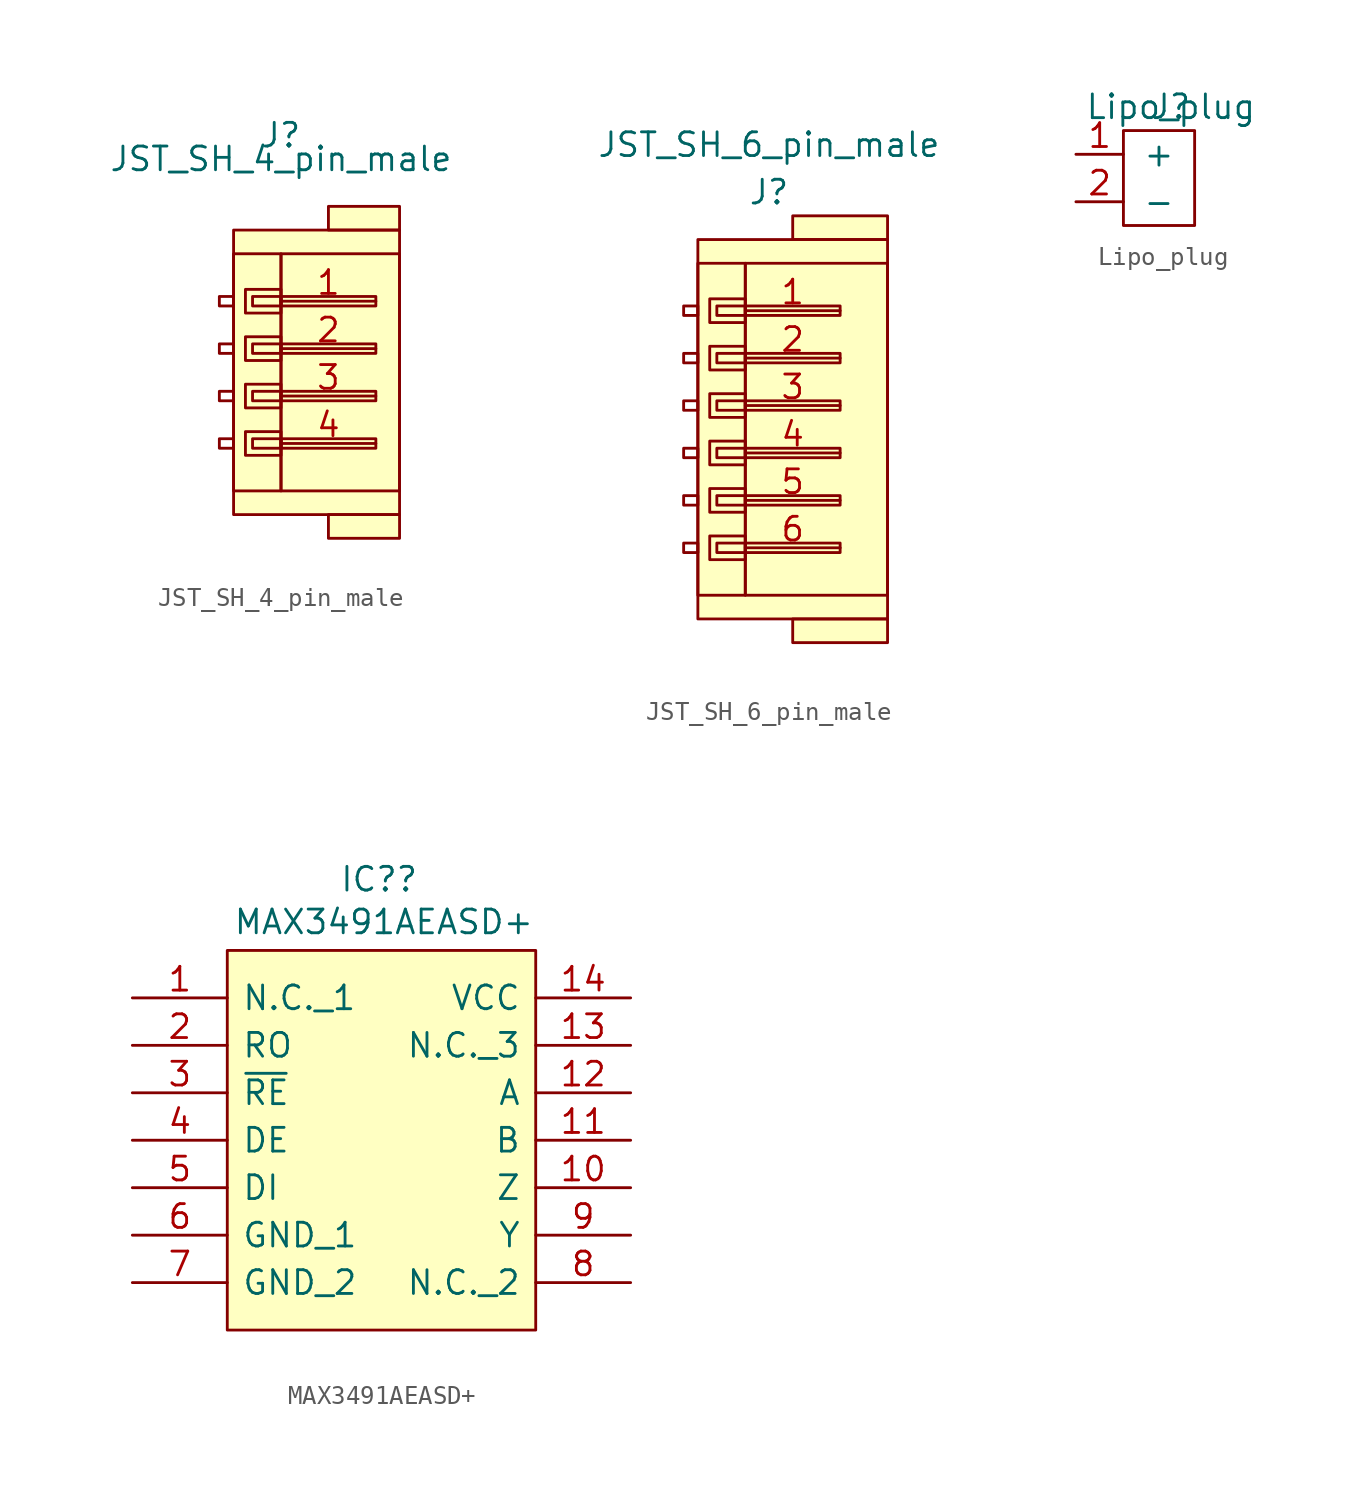
<source format=kicad_sym>
(kicad_symbol_lib
  (version 20211014)
  (generator kicad_symbol_editor)
  (symbol "JST_SH_4_pin_male"
    (pin_names
      (offset 1.016))
    (property "Reference" "J"
      (at 0 2.54 0)
      (effects (font (size 1.27 1.27))))
    (property "Value" "JST_SH_4_pin_male"
      (at 0 1.27 0)
      (effects (font (size 1.27 1.27))))
    (symbol "JST_SH_4_pin_male_0_1"
      (rectangle (start -2.54 -13.716) (end -3.302 -14.224) (stroke (width 0) (type default) (color 0 0 0 0)) (fill (type none)))
      (rectangle (start -2.54 -11.176) (end -3.302 -11.684) (stroke (width 0) (type default) (color 0 0 0 0)) (fill (type none)))
      (rectangle (start -2.54 -8.636) (end -3.302 -9.144) (stroke (width 0) (type default) (color 0 0 0 0)) (fill (type none)))
      (rectangle (start -2.54 -6.096) (end -3.302 -6.604) (stroke (width 0) (type default) (color 0 0 0 0)) (fill (type none)))
      (rectangle (start 0 -13.716) (end -1.524 -14.224) (stroke (width 0) (type default) (color 0 0 0 0)) (fill (type none)))
      (rectangle (start 0 -13.716) (end 5.08 -14.224) (stroke (width 0) (type default) (color 0 0 0 0)) (fill (type none)))
      (rectangle (start 0 -13.335) (end -1.905 -14.605) (stroke (width 0) (type default) (color 0 0 0 0)) (fill (type none)))
      (rectangle (start 0 -11.176) (end -1.524 -11.684) (stroke (width 0) (type default) (color 0 0 0 0)) (fill (type none)))
      (rectangle (start 0 -11.176) (end 5.08 -11.684) (stroke (width 0) (type default) (color 0 0 0 0)) (fill (type none)))
      (rectangle (start 0 -10.795) (end -1.905 -12.065) (stroke (width 0) (type default) (color 0 0 0 0)) (fill (type none)))
      (rectangle (start 0 -8.636) (end -1.524 -9.144) (stroke (width 0) (type default) (color 0 0 0 0)) (fill (type none)))
      (rectangle (start 0 -8.636) (end 5.08 -9.144) (stroke (width 0) (type default) (color 0 0 0 0)) (fill (type none)))
      (rectangle (start 0 -8.255) (end -1.905 -9.525) (stroke (width 0) (type default) (color 0 0 0 0)) (fill (type none)))
      (rectangle (start 0 -6.096) (end -1.524 -6.604) (stroke (width 0) (type default) (color 0 0 0 0)) (fill (type none)))
      (rectangle (start 0 -6.096) (end 5.08 -6.604) (stroke (width 0) (type default) (color 0 0 0 0)) (fill (type none)))
      (rectangle (start 0 -5.715) (end -1.905 -6.985) (stroke (width 0) (type default) (color 0 0 0 0)) (fill (type none)))
      (rectangle (start 0 -3.81) (end -2.54 -16.51) (stroke (width 0) (type default) (color 0 0 0 0)) (fill (type none)))
      (rectangle (start 6.35 -17.78) (end 2.54 -19.05) (stroke (width 0) (type default) (color 0 0 0 0)) (fill (type background)))
      (rectangle (start 6.35 -3.81) (end 0 -16.51) (stroke (width 0) (type default) (color 0 0 0 0)) (fill (type none)))
      (rectangle (start 6.35 -2.54) (end -2.54 -17.78) (stroke (width 0) (type default) (color 0 0 0 0)) (fill (type background)))
      (rectangle (start 6.35 -2.54) (end 2.54 -1.27) (stroke (width 0) (type default) (color 0 0 0 0)) (fill (type background))))
    (symbol "JST_SH_4_pin_male_1_1"
      (pin input line (at 5.08 -6.35 180) (length 5.08) (name "~" (effects (font (size 1.27 1.27)))) (number "1" (effects (font (size 1.27 1.27)))))
      (pin input line (at 5.08 -8.89 180) (length 5.08) (name "~" (effects (font (size 1.27 1.27)))) (number "2" (effects (font (size 1.27 1.27)))))
      (pin input line (at 5.08 -11.43 180) (length 5.08) (name "~" (effects (font (size 1.27 1.27)))) (number "3" (effects (font (size 1.27 1.27)))))
      (pin input line (at 5.08 -13.97 180) (length 5.08) (name "~" (effects (font (size 1.27 1.27)))) (number "4" (effects (font (size 1.27 1.27)))))))
  (symbol "JST_SH_6_pin_male"
    (pin_names
      (offset 1.016))
    (property "Reference" "J"
      (at 0 0 0)
      (effects (font (size 1.27 1.27))))
    (property "Value" "JST_SH_6_pin_male"
      (at 0 2.54 0)
      (effects (font (size 1.27 1.27))))
    (symbol "JST_SH_6_pin_male_0_1"
      (rectangle (start -3.81 -18.796) (end -4.572 -19.304) (stroke (width 0) (type default) (color 0 0 0 0)) (fill (type none)))
      (rectangle (start -3.81 -16.256) (end -4.572 -16.764) (stroke (width 0) (type default) (color 0 0 0 0)) (fill (type none)))
      (rectangle (start -3.81 -13.716) (end -4.572 -14.224) (stroke (width 0) (type default) (color 0 0 0 0)) (fill (type none)))
      (rectangle (start -3.81 -11.176) (end -4.572 -11.684) (stroke (width 0) (type default) (color 0 0 0 0)) (fill (type none)))
      (rectangle (start -3.81 -8.636) (end -4.572 -9.144) (stroke (width 0) (type default) (color 0 0 0 0)) (fill (type none)))
      (rectangle (start -3.81 -6.096) (end -4.572 -6.604) (stroke (width 0) (type default) (color 0 0 0 0)) (fill (type none)))
      (rectangle (start -3.81 -2.54) (end 6.35 -22.86) (stroke (width 0) (type default) (color 0 0 0 0)) (fill (type background)))
      (rectangle (start -1.27 -18.796) (end -2.794 -19.304) (stroke (width 0) (type default) (color 0 0 0 0)) (fill (type none)))
      (rectangle (start -1.27 -18.796) (end 3.81 -19.304) (stroke (width 0) (type default) (color 0 0 0 0)) (fill (type none)))
      (rectangle (start -1.27 -18.415) (end -3.175 -19.685) (stroke (width 0) (type default) (color 0 0 0 0)) (fill (type none)))
      (rectangle (start -1.27 -16.256) (end -2.794 -16.764) (stroke (width 0) (type default) (color 0 0 0 0)) (fill (type none)))
      (rectangle (start -1.27 -16.256) (end 3.81 -16.764) (stroke (width 0) (type default) (color 0 0 0 0)) (fill (type none)))
      (rectangle (start -1.27 -15.875) (end -3.175 -17.145) (stroke (width 0) (type default) (color 0 0 0 0)) (fill (type none)))
      (rectangle (start -1.27 -13.716) (end -2.794 -14.224) (stroke (width 0) (type default) (color 0 0 0 0)) (fill (type none)))
      (rectangle (start -1.27 -13.716) (end 3.81 -14.224) (stroke (width 0) (type default) (color 0 0 0 0)) (fill (type none)))
      (rectangle (start -1.27 -13.335) (end -3.175 -14.605) (stroke (width 0) (type default) (color 0 0 0 0)) (fill (type none)))
      (rectangle (start -1.27 -11.176) (end -2.794 -11.684) (stroke (width 0) (type default) (color 0 0 0 0)) (fill (type none)))
      (rectangle (start -1.27 -11.176) (end 3.81 -11.684) (stroke (width 0) (type default) (color 0 0 0 0)) (fill (type none)))
      (rectangle (start -1.27 -10.795) (end -3.175 -12.065) (stroke (width 0) (type default) (color 0 0 0 0)) (fill (type none)))
      (rectangle (start -1.27 -8.636) (end -2.794 -9.144) (stroke (width 0) (type default) (color 0 0 0 0)) (fill (type none)))
      (rectangle (start -1.27 -8.636) (end 3.81 -9.144) (stroke (width 0) (type default) (color 0 0 0 0)) (fill (type none)))
      (rectangle (start -1.27 -8.255) (end -3.175 -9.525) (stroke (width 0) (type default) (color 0 0 0 0)) (fill (type none)))
      (rectangle (start -1.27 -6.096) (end -2.794 -6.604) (stroke (width 0) (type default) (color 0 0 0 0)) (fill (type none)))
      (rectangle (start -1.27 -6.096) (end 3.81 -6.604) (stroke (width 0) (type default) (color 0 0 0 0)) (fill (type none)))
      (rectangle (start -1.27 -5.715) (end -3.175 -6.985) (stroke (width 0) (type default) (color 0 0 0 0)) (fill (type none)))
      (rectangle (start -1.27 -3.81) (end -3.81 -21.59) (stroke (width 0) (type default) (color 0 0 0 0)) (fill (type none)))
      (rectangle (start 6.35 -22.86) (end 1.27 -24.13) (stroke (width 0) (type default) (color 0 0 0 0)) (fill (type background)))
      (rectangle (start 6.35 -3.81) (end -1.27 -21.59) (stroke (width 0) (type default) (color 0 0 0 0)) (fill (type none)))
      (rectangle (start 6.35 -2.54) (end 1.27 -1.27) (stroke (width 0) (type default) (color 0 0 0 0)) (fill (type background))))
    (symbol "JST_SH_6_pin_male_1_1"
      (pin input line (at 3.81 -6.35 180) (length 5.08) (name "~" (effects (font (size 1.27 1.27)))) (number "1" (effects (font (size 1.27 1.27)))))
      (pin input line (at 3.81 -8.89 180) (length 5.08) (name "~" (effects (font (size 1.27 1.27)))) (number "2" (effects (font (size 1.27 1.27)))))
      (pin input line (at 3.81 -11.43 180) (length 5.08) (name "~" (effects (font (size 1.27 1.27)))) (number "3" (effects (font (size 1.27 1.27)))))
      (pin input line (at 3.81 -13.97 180) (length 5.08) (name "~" (effects (font (size 1.27 1.27)))) (number "4" (effects (font (size 1.27 1.27)))))
      (pin input line (at 3.81 -16.51 180) (length 5.08) (name "~" (effects (font (size 1.27 1.27)))) (number "5" (effects (font (size 1.27 1.27)))))
      (pin input line (at 3.81 -19.05 180) (length 5.08) (name "~" (effects (font (size 1.27 1.27)))) (number "6" (effects (font (size 1.27 1.27)))))))
  (symbol "Lipo_plug"
    (pin_names
      (offset 1.016))
    (property "Reference" "J"
      (at 0 0 0)
      (effects (font (size 1.27 1.27))))
    (property "Value" "Lipo_plug"
      (at 0 0 0)
      (effects (font (size 1.27 1.27))))
    (symbol "Lipo_plug_0_1"
      (rectangle (start -2.54 -1.27) (end 1.27 -6.35) (stroke (width 0) (type default) (color 0 0 0 0)) (fill (type none))))
    (symbol "Lipo_plug_1_1"
      (pin output line (at -5.08 -2.54 0) (length 2.54) (name "+" (effects (font (size 1.27 1.27)))) (number "1" (effects (font (size 1.27 1.27)))))
      (pin output line (at -5.08 -5.08 0) (length 2.54) (name "-" (effects (font (size 1.27 1.27)))) (number "2" (effects (font (size 1.27 1.27)))))))
  (symbol "MAX3491AEASD+"
    (pin_names
      (offset 0.762))
    (property "Reference" "IC?"
      (at 13.208 6.35 0)
      (effects (font (size 1.27 1.27))))
    (property "Value" "MAX3491AEASD+"
      (at 13.462 4.064 0)
      (effects (font (size 1.27 1.27))))
    (symbol "MAX3491AEASD+_0_0"
      (pin passive line (at 0 0 0) (length 5.08) (name "N.C._1" (effects (font (size 1.27 1.27)))) (number "1" (effects (font (size 1.27 1.27)))))
      (pin passive line (at 26.67 -10.16 180) (length 5.08) (name "Z" (effects (font (size 1.27 1.27)))) (number "10" (effects (font (size 1.27 1.27)))))
      (pin passive line (at 26.67 -7.62 180) (length 5.08) (name "B" (effects (font (size 1.27 1.27)))) (number "11" (effects (font (size 1.27 1.27)))))
      (pin passive line (at 26.67 -5.08 180) (length 5.08) (name "A" (effects (font (size 1.27 1.27)))) (number "12" (effects (font (size 1.27 1.27)))))
      (pin passive line (at 26.67 -2.54 180) (length 5.08) (name "N.C._3" (effects (font (size 1.27 1.27)))) (number "13" (effects (font (size 1.27 1.27)))))
      (pin passive line (at 26.67 0 180) (length 5.08) (name "VCC" (effects (font (size 1.27 1.27)))) (number "14" (effects (font (size 1.27 1.27)))))
      (pin passive line (at 0 -2.54 0) (length 5.08) (name "RO" (effects (font (size 1.27 1.27)))) (number "2" (effects (font (size 1.27 1.27)))))
      (pin passive line (at 0 -5.08 0) (length 5.08) (name "~{RE}" (effects (font (size 1.27 1.27)))) (number "3" (effects (font (size 1.27 1.27)))))
      (pin passive line (at 0 -7.62 0) (length 5.08) (name "DE" (effects (font (size 1.27 1.27)))) (number "4" (effects (font (size 1.27 1.27)))))
      (pin passive line (at 0 -10.16 0) (length 5.08) (name "DI" (effects (font (size 1.27 1.27)))) (number "5" (effects (font (size 1.27 1.27)))))
      (pin passive line (at 0 -12.7 0) (length 5.08) (name "GND_1" (effects (font (size 1.27 1.27)))) (number "6" (effects (font (size 1.27 1.27)))))
      (pin passive line (at 0 -15.24 0) (length 5.08) (name "GND_2" (effects (font (size 1.27 1.27)))) (number "7" (effects (font (size 1.27 1.27)))))
      (pin passive line (at 26.67 -15.24 180) (length 5.08) (name "N.C._2" (effects (font (size 1.27 1.27)))) (number "8" (effects (font (size 1.27 1.27)))))
      (pin passive line (at 26.67 -12.7 180) (length 5.08) (name "Y" (effects (font (size 1.27 1.27)))) (number "9" (effects (font (size 1.27 1.27))))))
    (symbol "MAX3491AEASD+_0_1"
      (polyline (pts (xy 5.08 2.54) (xy 21.59 2.54) (xy 21.59 -17.78) (xy 5.08 -17.78) (xy 5.08 2.54)) (stroke (width 0.152) (type default) (color 0 0 0 0)) (fill (type background))))))
</source>
